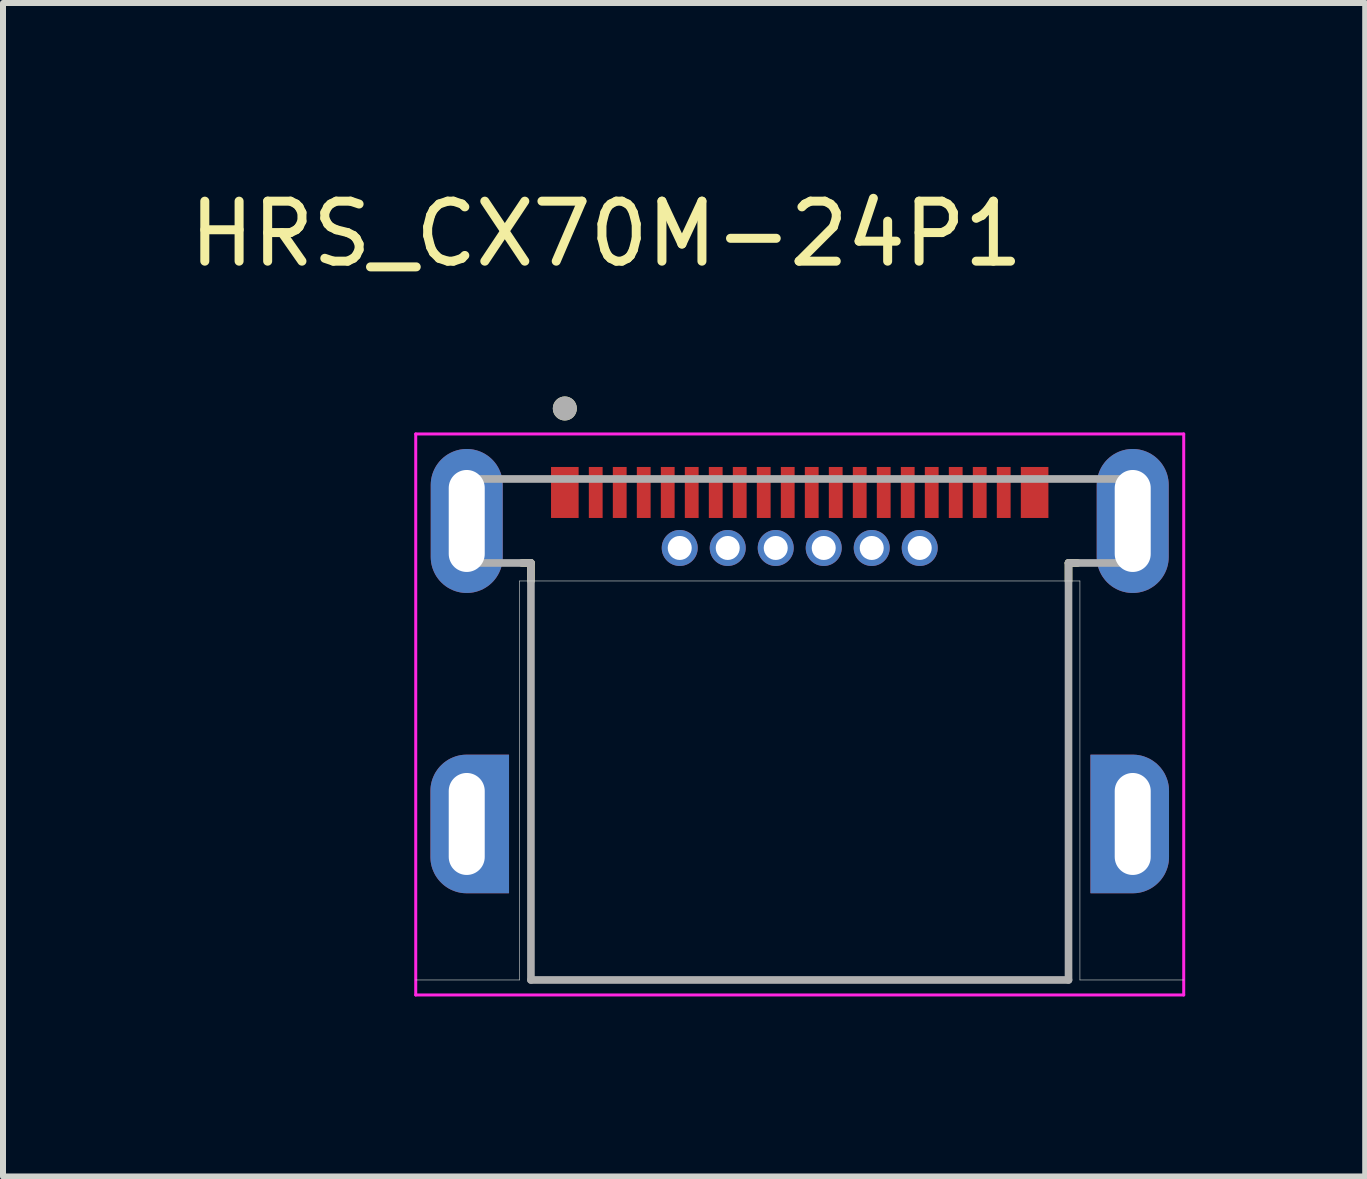
<source format=kicad_pcb>
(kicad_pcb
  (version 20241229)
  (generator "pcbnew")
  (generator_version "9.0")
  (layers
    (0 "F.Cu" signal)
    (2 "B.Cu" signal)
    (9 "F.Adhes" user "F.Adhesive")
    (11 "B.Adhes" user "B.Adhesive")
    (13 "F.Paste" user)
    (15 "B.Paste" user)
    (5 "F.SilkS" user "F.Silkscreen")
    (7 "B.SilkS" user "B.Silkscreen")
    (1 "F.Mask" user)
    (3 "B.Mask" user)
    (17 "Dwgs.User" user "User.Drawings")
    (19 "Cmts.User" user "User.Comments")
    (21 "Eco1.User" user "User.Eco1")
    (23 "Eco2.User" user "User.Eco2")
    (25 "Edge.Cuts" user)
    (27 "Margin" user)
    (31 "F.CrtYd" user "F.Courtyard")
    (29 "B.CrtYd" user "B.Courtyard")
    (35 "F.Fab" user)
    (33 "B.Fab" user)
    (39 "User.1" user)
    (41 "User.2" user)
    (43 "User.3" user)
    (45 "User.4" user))
  (footprint "HRS_CX70M-24P1"
    (layer "F.Cu")
    (at 10.279 10.683)
    (property "Reference" "HRS_CX70M-24P1" (at -3.225 -9.835 0) (layer "F.SilkS") (effects (font (size 1 1) (thickness 0.15))))
    (attr smd)
    (fp_poly (pts (xy -4.75 1.25) (xy -5.55 1.25) (xy -5.587 1.249) (xy -5.623 1.246) (xy -5.66 1.241) (xy -5.696 1.235) (xy -5.731 1.226) (xy -5.766 1.216) (xy -5.801 1.204) (xy -5.835 1.189) (xy -5.868 1.174) (xy -5.9 1.156) (xy -5.931 1.137) (xy -5.961 1.116) (xy -5.991 1.094) (xy -6.018 1.07) (xy -6.045 1.045) (xy -6.07 1.018) (xy -6.094 0.991) (xy -6.116 0.961) (xy -6.137 0.931) (xy -6.156 0.9) (xy -6.174 0.868) (xy -6.189 0.835) (xy -6.204 0.801) (xy -6.216 0.766) (xy -6.226 0.731) (xy -6.235 0.696) (xy -6.241 0.66) (xy -6.246 0.623) (xy -6.249 0.587) (xy -6.25 0.55) (xy -6.25 -0.55) (xy -6.249 -0.587) (xy -6.246 -0.623) (xy -6.241 -0.66) (xy -6.235 -0.696) (xy -6.226 -0.731) (xy -6.216 -0.766) (xy -6.204 -0.801) (xy -6.189 -0.835) (xy -6.174 -0.868) (xy -6.156 -0.9) (xy -6.137 -0.931) (xy -6.116 -0.961) (xy -6.094 -0.991) (xy -6.07 -1.018) (xy -6.045 -1.045) (xy -6.018 -1.07) (xy -5.991 -1.094) (xy -5.961 -1.116) (xy -5.931 -1.137) (xy -5.9 -1.156) (xy -5.868 -1.174) (xy -5.835 -1.189) (xy -5.801 -1.204) (xy -5.766 -1.216) (xy -5.731 -1.226) (xy -5.696 -1.235) (xy -5.66 -1.241) (xy -5.623 -1.246) (xy -5.587 -1.249) (xy -5.55 -1.25) (xy -4.75 -1.25) (xy -4.75 1.25)) (stroke (width 0.01) (type solid)) (fill yes) (layer "F.Mask"))
    (fp_poly (pts (xy 4.75 -1.25) (xy 5.55 -1.25) (xy 5.587 -1.249) (xy 5.623 -1.246) (xy 5.66 -1.241) (xy 5.696 -1.235) (xy 5.731 -1.226) (xy 5.766 -1.216) (xy 5.801 -1.204) (xy 5.835 -1.189) (xy 5.868 -1.174) (xy 5.9 -1.156) (xy 5.931 -1.137) (xy 5.961 -1.116) (xy 5.991 -1.094) (xy 6.018 -1.07) (xy 6.045 -1.045) (xy 6.07 -1.018) (xy 6.094 -0.991) (xy 6.116 -0.961) (xy 6.137 -0.931) (xy 6.156 -0.9) (xy 6.174 -0.868) (xy 6.189 -0.835) (xy 6.204 -0.801) (xy 6.216 -0.766) (xy 6.226 -0.731) (xy 6.235 -0.696) (xy 6.241 -0.66) (xy 6.246 -0.623) (xy 6.249 -0.587) (xy 6.25 -0.55) (xy 6.25 0.55) (xy 6.249 0.587) (xy 6.246 0.623) (xy 6.241 0.66) (xy 6.235 0.696) (xy 6.226 0.731) (xy 6.216 0.766) (xy 6.204 0.801) (xy 6.189 0.835) (xy 6.174 0.868) (xy 6.156 0.9) (xy 6.137 0.931) (xy 6.116 0.961) (xy 6.094 0.991) (xy 6.07 1.018) (xy 6.045 1.045) (xy 6.018 1.07) (xy 5.991 1.094) (xy 5.961 1.116) (xy 5.931 1.137) (xy 5.9 1.156) (xy 5.868 1.174) (xy 5.835 1.189) (xy 5.801 1.204) (xy 5.766 1.216) (xy 5.731 1.226) (xy 5.696 1.235) (xy 5.66 1.241) (xy 5.623 1.246) (xy 5.587 1.249) (xy 5.55 1.25) (xy 4.75 1.25) (xy 4.75 -1.25)) (stroke (width 0.01) (type solid)) (fill yes) (layer "F.Mask"))
    (fp_poly (pts (xy -4.75 1.25) (xy -5.55 1.25) (xy -5.587 1.249) (xy -5.623 1.246) (xy -5.66 1.241) (xy -5.696 1.235) (xy -5.731 1.226) (xy -5.766 1.216) (xy -5.801 1.204) (xy -5.835 1.189) (xy -5.868 1.174) (xy -5.9 1.156) (xy -5.931 1.137) (xy -5.961 1.116) (xy -5.991 1.094) (xy -6.018 1.07) (xy -6.045 1.045) (xy -6.07 1.018) (xy -6.094 0.991) (xy -6.116 0.961) (xy -6.137 0.931) (xy -6.156 0.9) (xy -6.174 0.868) (xy -6.189 0.835) (xy -6.204 0.801) (xy -6.216 0.766) (xy -6.226 0.731) (xy -6.235 0.696) (xy -6.241 0.66) (xy -6.246 0.623) (xy -6.249 0.587) (xy -6.25 0.55) (xy -6.25 -0.55) (xy -6.249 -0.587) (xy -6.246 -0.623) (xy -6.241 -0.66) (xy -6.235 -0.696) (xy -6.226 -0.731) (xy -6.216 -0.766) (xy -6.204 -0.801) (xy -6.189 -0.835) (xy -6.174 -0.868) (xy -6.156 -0.9) (xy -6.137 -0.931) (xy -6.116 -0.961) (xy -6.094 -0.991) (xy -6.07 -1.018) (xy -6.045 -1.045) (xy -6.018 -1.07) (xy -5.991 -1.094) (xy -5.961 -1.116) (xy -5.931 -1.137) (xy -5.9 -1.156) (xy -5.868 -1.174) (xy -5.835 -1.189) (xy -5.801 -1.204) (xy -5.766 -1.216) (xy -5.731 -1.226) (xy -5.696 -1.235) (xy -5.66 -1.241) (xy -5.623 -1.246) (xy -5.587 -1.249) (xy -5.55 -1.25) (xy -4.75 -1.25) (xy -4.75 1.25)) (stroke (width 0.01) (type solid)) (fill yes) (layer "B.Mask"))
    (fp_poly (pts (xy 4.75 -1.25) (xy 5.55 -1.25) (xy 5.587 -1.249) (xy 5.623 -1.246) (xy 5.66 -1.241) (xy 5.696 -1.235) (xy 5.731 -1.226) (xy 5.766 -1.216) (xy 5.801 -1.204) (xy 5.835 -1.189) (xy 5.868 -1.174) (xy 5.9 -1.156) (xy 5.931 -1.137) (xy 5.961 -1.116) (xy 5.991 -1.094) (xy 6.018 -1.07) (xy 6.045 -1.045) (xy 6.07 -1.018) (xy 6.094 -0.991) (xy 6.116 -0.961) (xy 6.137 -0.931) (xy 6.156 -0.9) (xy 6.174 -0.868) (xy 6.189 -0.835) (xy 6.204 -0.801) (xy 6.216 -0.766) (xy 6.226 -0.731) (xy 6.235 -0.696) (xy 6.241 -0.66) (xy 6.246 -0.623) (xy 6.249 -0.587) (xy 6.25 -0.55) (xy 6.25 0.55) (xy 6.249 0.587) (xy 6.246 0.623) (xy 6.241 0.66) (xy 6.235 0.696) (xy 6.226 0.731) (xy 6.216 0.766) (xy 6.204 0.801) (xy 6.189 0.835) (xy 6.174 0.868) (xy 6.156 0.9) (xy 6.137 0.931) (xy 6.116 0.961) (xy 6.094 0.991) (xy 6.07 1.018) (xy 6.045 1.045) (xy 6.018 1.07) (xy 5.991 1.094) (xy 5.961 1.116) (xy 5.931 1.137) (xy 5.9 1.156) (xy 5.868 1.174) (xy 5.835 1.189) (xy 5.801 1.204) (xy 5.766 1.216) (xy 5.731 1.226) (xy 5.696 1.235) (xy 5.66 1.241) (xy 5.623 1.246) (xy 5.587 1.249) (xy 5.55 1.25) (xy 4.75 1.25) (xy 4.75 -1.25)) (stroke (width 0.01) (type solid)) (fill yes) (layer "B.Mask"))
    (fp_line (start -4.63 -4.35) (end -4.48 -4.35) (stroke (width 0.127) (type solid)) (layer "F.SilkS"))
    (fp_line (start -4.48 -4.35) (end -4.48 -4.05) (stroke (width 0.127) (type solid)) (layer "F.SilkS"))
    (fp_line (start 4.48 -4.35) (end 4.48 -4.05) (stroke (width 0.127) (type solid)) (layer "F.SilkS"))
    (fp_line (start 4.48 -4.35) (end 4.63 -4.35) (stroke (width 0.127) (type solid)) (layer "F.SilkS"))
    (fp_circle (center -3.915 -6.925) (end -3.815 -6.925) (stroke (width 0.2) (type solid)) (fill no) (layer "F.SilkS"))
    (fp_line (start -6.4 2.6) (end -4.67 2.6) (stroke (width 0.01) (type solid)) (layer "Edge.Cuts"))
    (fp_line (start -4.67 -4.05) (end 4.67 -4.05) (stroke (width 0.01) (type solid)) (layer "Edge.Cuts"))
    (fp_line (start -4.67 2.6) (end -4.67 -4.05) (stroke (width 0.01) (type solid)) (layer "Edge.Cuts"))
    (fp_line (start 4.67 -4.05) (end 4.67 2.6) (stroke (width 0.01) (type solid)) (layer "Edge.Cuts"))
    (fp_line (start 4.67 2.6) (end 6.4 2.6) (stroke (width 0.01) (type solid)) (layer "Edge.Cuts"))
    (fp_line (start -6.4 -6.5) (end -6.4 2.85) (stroke (width 0.05) (type solid)) (layer "F.CrtYd"))
    (fp_line (start -6.4 2.85) (end 6.4 2.85) (stroke (width 0.05) (type solid)) (layer "F.CrtYd"))
    (fp_line (start 6.4 -6.5) (end -6.4 -6.5) (stroke (width 0.05) (type solid)) (layer "F.CrtYd"))
    (fp_line (start 6.4 2.85) (end 6.4 -6.5) (stroke (width 0.05) (type solid)) (layer "F.CrtYd"))
    (fp_line (start -5.7 -5.75) (end -5.7 -4.35) (stroke (width 0.127) (type solid)) (layer "F.Fab"))
    (fp_line (start -5.7 -5.75) (end 5.7 -5.75) (stroke (width 0.127) (type solid)) (layer "F.Fab"))
    (fp_line (start -5.7 -4.35) (end -4.48 -4.35) (stroke (width 0.127) (type solid)) (layer "F.Fab"))
    (fp_line (start -4.48 2.6) (end -4.48 -4.35) (stroke (width 0.127) (type solid)) (layer "F.Fab"))
    (fp_line (start 4.48 -4.35) (end 4.48 2.6) (stroke (width 0.127) (type solid)) (layer "F.Fab"))
    (fp_line (start 4.48 -4.35) (end 5.7 -4.35) (stroke (width 0.127) (type solid)) (layer "F.Fab"))
    (fp_line (start 4.48 2.6) (end -4.48 2.6) (stroke (width 0.127) (type solid)) (layer "F.Fab"))
    (fp_line (start 5.7 -5.75) (end 5.7 -4.35) (stroke (width 0.127) (type solid)) (layer "F.Fab"))
    (fp_circle (center -3.915 -6.925) (end -3.815 -6.925) (stroke (width 0.2) (type solid)) (fill no) (layer "F.Fab"))
    (pad "A1" smd rect (at -2.2 -5.525) (size 0.23 0.85) (layers "F.Cu" "F.Mask" "F.Paste"))
    (pad "A2" smd rect (at -1.8 -5.525) (size 0.23 0.85) (layers "F.Cu" "F.Mask" "F.Paste"))
    (pad "A3" smd rect (at -1.4 -5.525) (size 0.23 0.85) (layers "F.Cu" "F.Mask" "F.Paste"))
    (pad "A4" smd rect (at -1 -5.525) (size 0.23 0.85) (layers "F.Cu" "F.Mask" "F.Paste"))
    (pad "A5" smd rect (at -0.6 -5.525) (size 0.23 0.85) (layers "F.Cu" "F.Mask" "F.Paste"))
    (pad "A6" smd rect (at -0.2 -5.525) (size 0.23 0.85) (layers "F.Cu" "F.Mask" "F.Paste"))
    (pad "A7" smd rect (at 0.2 -5.525) (size 0.23 0.85) (layers "F.Cu" "F.Mask" "F.Paste"))
    (pad "A8" smd rect (at 0.6 -5.525) (size 0.23 0.85) (layers "F.Cu" "F.Mask" "F.Paste"))
    (pad "A9" smd rect (at 1 -5.525) (size 0.23 0.85) (layers "F.Cu" "F.Mask" "F.Paste"))
    (pad "A10" smd rect (at 1.4 -5.525) (size 0.23 0.85) (layers "F.Cu" "F.Mask" "F.Paste"))
    (pad "A11" smd rect (at 1.8 -5.525) (size 0.23 0.85) (layers "F.Cu" "F.Mask" "F.Paste"))
    (pad "A12" smd rect (at 2.2 -5.525) (size 0.23 0.85) (layers "F.Cu" "F.Mask" "F.Paste"))
    (pad "B1" smd rect (at 3.4 -5.525) (size 0.23 0.85) (layers "F.Cu" "F.Mask" "F.Paste"))
    (pad "B2" smd rect (at 3 -5.525) (size 0.23 0.85) (layers "F.Cu" "F.Mask" "F.Paste"))
    (pad "B3" smd rect (at 2.6 -5.525) (size 0.23 0.85) (layers "F.Cu" "F.Mask" "F.Paste"))
    (pad "B4" thru_hole circle (at 2 -4.6) (size 0.6 0.6) (drill 0.4) (layers "*.Cu" "*.Mask"))
    (pad "B5" thru_hole circle (at 1.2 -4.6) (size 0.6 0.6) (drill 0.4) (layers "*.Cu" "*.Mask"))
    (pad "B6" thru_hole circle (at 0.4 -4.6) (size 0.6 0.6) (drill 0.4) (layers "*.Cu" "*.Mask"))
    (pad "B7" thru_hole circle (at -0.4 -4.6) (size 0.6 0.6) (drill 0.4) (layers "*.Cu" "*.Mask"))
    (pad "B8" thru_hole circle (at -1.2 -4.6) (size 0.6 0.6) (drill 0.4) (layers "*.Cu" "*.Mask"))
    (pad "B9" thru_hole circle (at -2 -4.6) (size 0.6 0.6) (drill 0.4) (layers "*.Cu" "*.Mask"))
    (pad "B10" smd rect (at -2.6 -5.525) (size 0.23 0.85) (layers "F.Cu" "F.Mask" "F.Paste"))
    (pad "B11" smd rect (at -3 -5.525) (size 0.23 0.85) (layers "F.Cu" "F.Mask" "F.Paste"))
    (pad "B12" smd rect (at -3.4 -5.525) (size 0.23 0.85) (layers "F.Cu" "F.Mask" "F.Paste"))
    (pad "S1" thru_hole oval (at -5.55 -5.05) (size 1.2 2.4) (drill oval 0.6 1.7) (layers "*.Cu" "*.Mask"))
    (pad "S2" smd rect (at -3.915 -5.525) (size 0.46 0.85) (layers "F.Cu" "F.Mask" "F.Paste"))
    (pad "S3" smd rect (at 3.915 -5.525) (size 0.46 0.85) (layers "F.Cu" "F.Mask" "F.Paste"))
    (pad "S4" thru_hole oval (at 5.55 -5.05) (size 1.2 2.4) (drill oval 0.6 1.7) (layers "*.Cu" "*.Mask"))
    (pad "S5" thru_hole custom (at -5.55 0) (size 1 2) (drill oval 0.6 1.7) (layers "*.Cu") (options (anchor circle)) (primitives (gr_poly (pts (xy 0.7 1.15) (xy 0 1.15) (xy -0.031 1.149) (xy -0.063 1.147) (xy -0.094 1.143) (xy -0.125 1.137) (xy -0.155 1.13) (xy -0.185 1.121) (xy -0.215 1.11) (xy -0.244 1.098) (xy -0.272 1.085) (xy -0.3 1.07) (xy -0.327 1.053) (xy -0.353 1.035) (xy -0.378 1.016) (xy -0.401 0.996) (xy -0.424 0.974) (xy -0.446 0.951) (xy -0.466 0.928) (xy -0.485 0.903) (xy -0.503 0.877) (xy -0.52 0.85) (xy -0.535 0.822) (xy -0.548 0.794) (xy -0.56 0.765) (xy -0.571 0.735) (xy -0.58 0.705) (xy -0.587 0.675) (xy -0.593 0.644) (xy -0.597 0.613) (xy -0.599 0.581) (xy -0.6 0.55) (xy -0.6 -0.55) (xy -0.599 -0.581) (xy -0.597 -0.613) (xy -0.593 -0.644) (xy -0.587 -0.675) (xy -0.58 -0.705) (xy -0.571 -0.735) (xy -0.56 -0.765) (xy -0.548 -0.794) (xy -0.535 -0.822) (xy -0.52 -0.85) (xy -0.503 -0.877) (xy -0.485 -0.903) (xy -0.466 -0.928) (xy -0.446 -0.951) (xy -0.424 -0.974) (xy -0.401 -0.996) (xy -0.378 -1.016) (xy -0.353 -1.035) (xy -0.327 -1.053) (xy -0.3 -1.07) (xy -0.272 -1.085) (xy -0.244 -1.098) (xy -0.215 -1.11) (xy -0.185 -1.121) (xy -0.155 -1.13) (xy -0.125 -1.137) (xy -0.094 -1.143) (xy -0.063 -1.147) (xy -0.031 -1.149) (xy 0 -1.15) (xy 0.7 -1.15) (xy 0.7 1.15)) (width 0.01) (fill yes))))
    (pad "S6" thru_hole custom (at 5.55 0) (size 1 2) (drill oval 0.6 1.7) (layers "*.Cu") (options (anchor circle)) (primitives (gr_poly (pts (xy -0.7 -1.15) (xy 0 -1.15) (xy 0.031 -1.149) (xy 0.063 -1.147) (xy 0.094 -1.143) (xy 0.125 -1.137) (xy 0.155 -1.13) (xy 0.185 -1.121) (xy 0.215 -1.11) (xy 0.244 -1.098) (xy 0.272 -1.085) (xy 0.3 -1.07) (xy 0.327 -1.053) (xy 0.353 -1.035) (xy 0.378 -1.016) (xy 0.401 -0.996) (xy 0.424 -0.974) (xy 0.446 -0.951) (xy 0.466 -0.928) (xy 0.485 -0.903) (xy 0.503 -0.877) (xy 0.52 -0.85) (xy 0.535 -0.822) (xy 0.548 -0.794) (xy 0.56 -0.765) (xy 0.571 -0.735) (xy 0.58 -0.705) (xy 0.587 -0.675) (xy 0.593 -0.644) (xy 0.597 -0.613) (xy 0.599 -0.581) (xy 0.6 -0.55) (xy 0.6 0.55) (xy 0.599 0.581) (xy 0.597 0.613) (xy 0.593 0.644) (xy 0.587 0.675) (xy 0.58 0.705) (xy 0.571 0.735) (xy 0.56 0.765) (xy 0.548 0.794) (xy 0.535 0.822) (xy 0.52 0.85) (xy 0.503 0.877) (xy 0.485 0.903) (xy 0.466 0.928) (xy 0.446 0.951) (xy 0.424 0.974) (xy 0.401 0.996) (xy 0.378 1.016) (xy 0.353 1.035) (xy 0.327 1.053) (xy 0.3 1.07) (xy 0.272 1.085) (xy 0.244 1.098) (xy 0.215 1.11) (xy 0.185 1.121) (xy 0.155 1.13) (xy 0.125 1.137) (xy 0.094 1.143) (xy 0.063 1.147) (xy 0.031 1.149) (xy 0 1.15) (xy -0.7 1.15) (xy -0.7 -1.15)) (width 0.01) (fill yes)))))
  (gr_rect
    (start -3 -3)
    (end 19.704 16.558)
    (stroke (width 0.1) (type default))
    (fill no)
    (layer "Edge.Cuts")))
</source>
